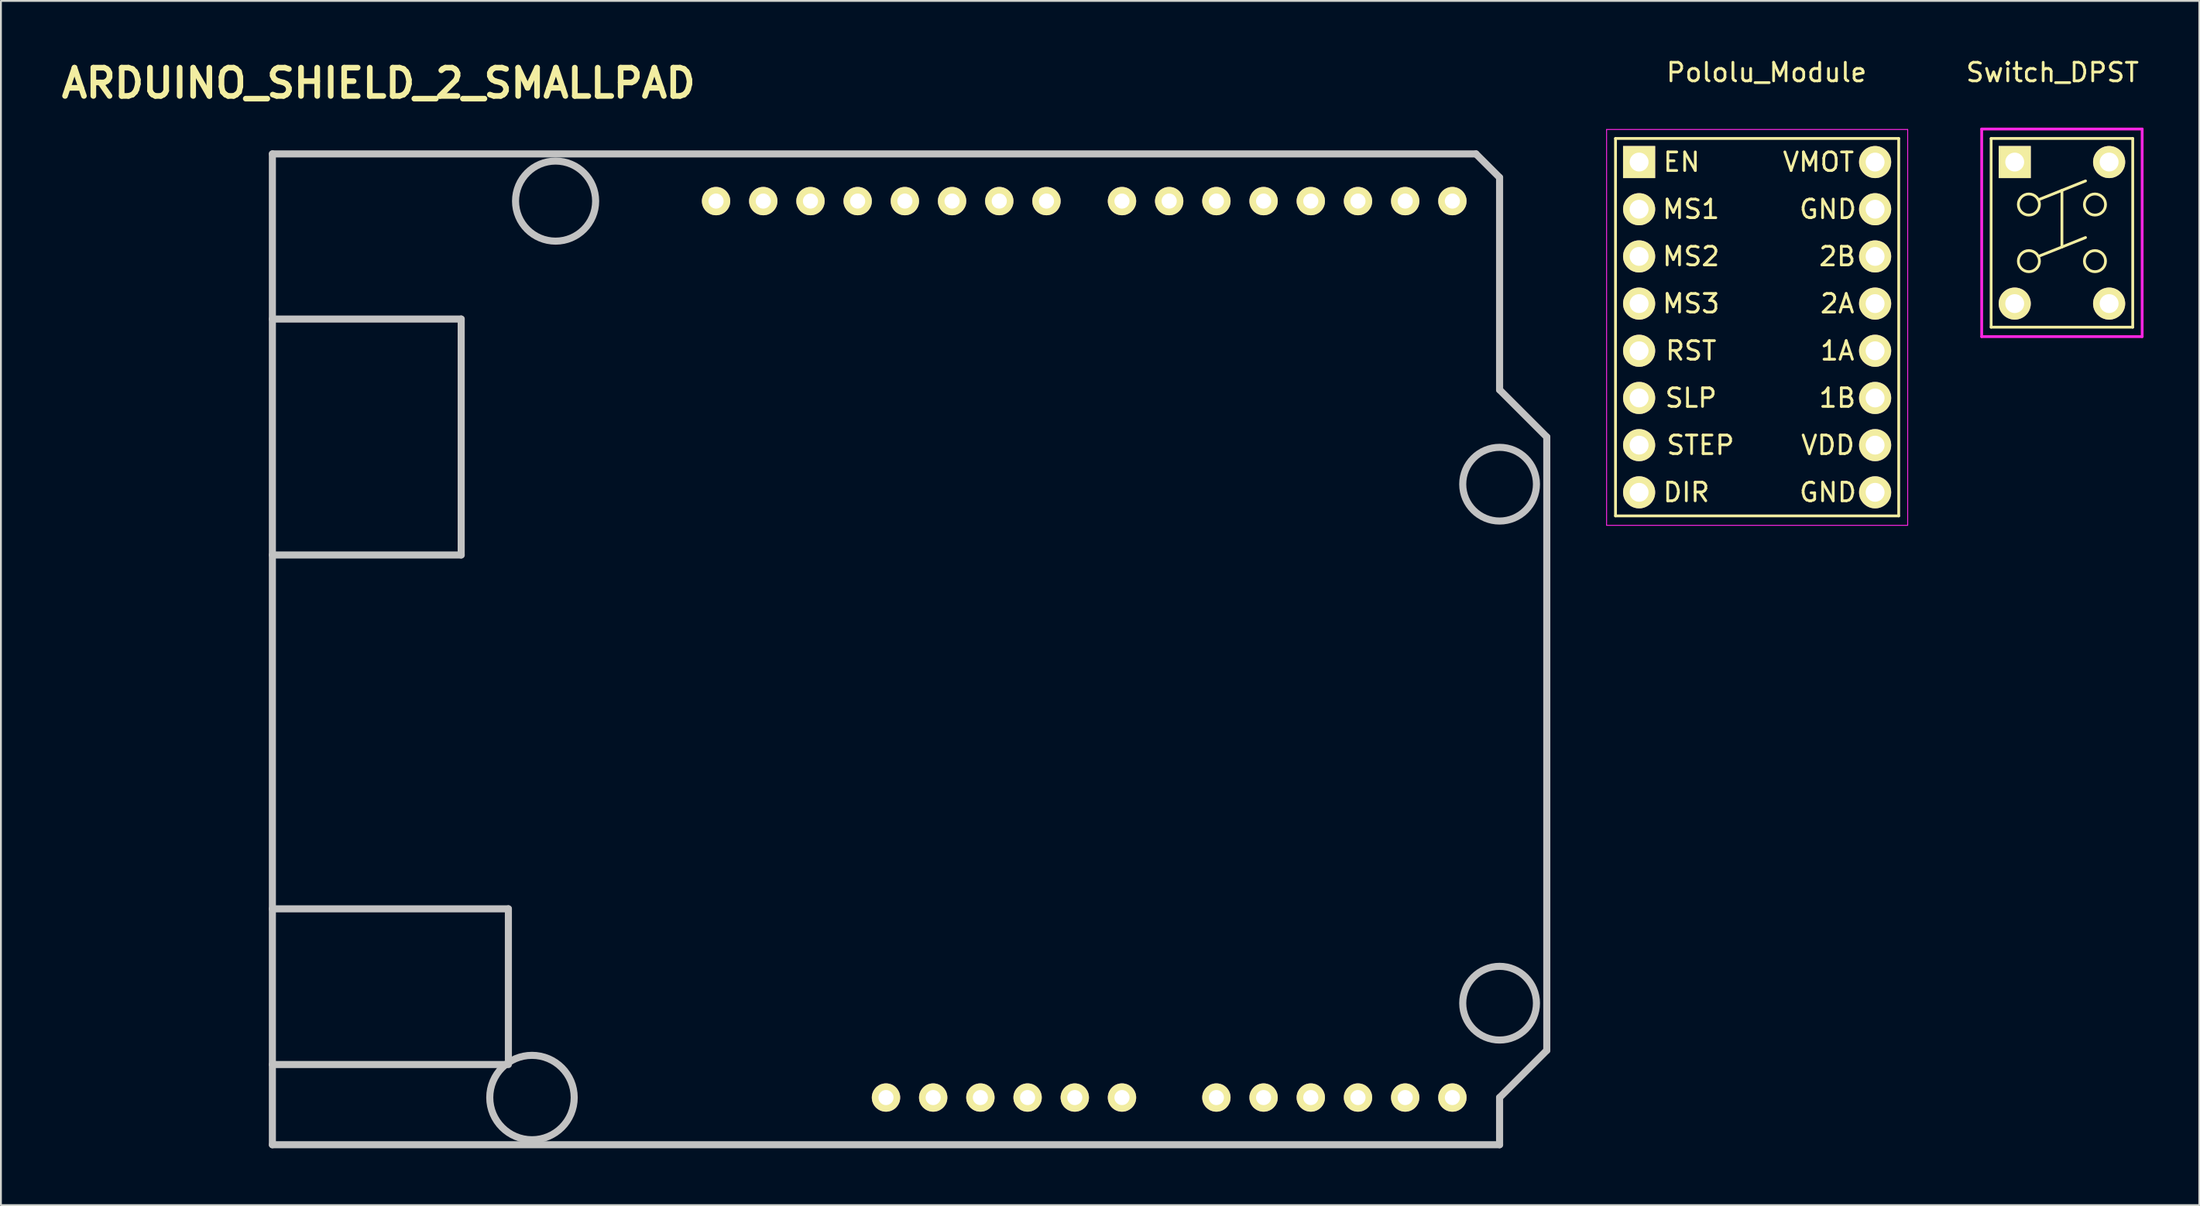
<source format=kicad_pcb>
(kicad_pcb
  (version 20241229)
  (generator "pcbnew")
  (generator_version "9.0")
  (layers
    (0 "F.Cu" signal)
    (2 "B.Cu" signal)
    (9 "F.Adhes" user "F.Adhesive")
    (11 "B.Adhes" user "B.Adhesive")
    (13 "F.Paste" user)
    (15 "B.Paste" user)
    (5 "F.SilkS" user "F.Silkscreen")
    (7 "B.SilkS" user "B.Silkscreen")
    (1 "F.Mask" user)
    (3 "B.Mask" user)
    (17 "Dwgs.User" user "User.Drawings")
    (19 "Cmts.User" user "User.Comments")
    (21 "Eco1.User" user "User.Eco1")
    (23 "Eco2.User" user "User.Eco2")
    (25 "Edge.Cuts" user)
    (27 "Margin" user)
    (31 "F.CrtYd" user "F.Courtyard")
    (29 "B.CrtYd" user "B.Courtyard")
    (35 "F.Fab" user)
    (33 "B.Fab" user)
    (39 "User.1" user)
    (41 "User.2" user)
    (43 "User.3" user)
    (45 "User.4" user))
  (footprint "Pololu_Module"
    (layer "F.Cu")
    (at 85.156 5.674)
    (property "Reference" "Pololu_Module" (at 6.858 -4.826 0) (layer "F.SilkS") (effects (font (size 1 1) (thickness 0.15))))
    (attr through_hole)
    (fp_line (start -1.27 -1.27) (end -1.27 19.05) (stroke (width 0.15) (type solid)) (layer "F.SilkS"))
    (fp_line (start -1.27 19.05) (end 13.97 19.05) (stroke (width 0.15) (type solid)) (layer "F.SilkS"))
    (fp_line (start 13.97 -1.27) (end -1.27 -1.27) (stroke (width 0.15) (type solid)) (layer "F.SilkS"))
    (fp_line (start 13.97 19.05) (end 13.97 -1.27) (stroke (width 0.15) (type solid)) (layer "F.SilkS"))
    (fp_line (start -1.753 -1.753) (end 14.453 -1.753) (stroke (width 0.05) (type solid)) (layer "F.CrtYd"))
    (fp_line (start -1.75 -1.75) (end -1.75 19.55) (stroke (width 0.05) (type solid)) (layer "F.CrtYd"))
    (fp_line (start -1.75 19.558) (end 14.453 19.558) (stroke (width 0.05) (type solid)) (layer "F.CrtYd"))
    (fp_line (start 14.453 -1.753) (end 14.453 19.55) (stroke (width 0.05) (type solid)) (layer "F.CrtYd"))
    (fp_text user "VMOT" (at 9.652 0 0) (layer "F.SilkS") (effects (font (size 1 1) (thickness 0.15))))
    (fp_text user "DIR" (at 2.54 17.78 0) (layer "F.SilkS") (effects (font (size 1 1) (thickness 0.15))))
    (fp_text user "MS3" (at 2.794 7.62 0) (layer "F.SilkS") (effects (font (size 1 1) (thickness 0.15))))
    (fp_text user "1B" (at 10.668 12.7 0) (layer "F.SilkS") (effects (font (size 1 1) (thickness 0.15))))
    (fp_text user "MS1" (at 2.794 2.54 0) (layer "F.SilkS") (effects (font (size 1 1) (thickness 0.15))))
    (fp_text user "STEP" (at 3.302 15.24 0) (layer "F.SilkS") (effects (font (size 1 1) (thickness 0.15))))
    (fp_text user "EN" (at 2.286 0 0) (layer "F.SilkS") (effects (font (size 1 1) (thickness 0.15))))
    (fp_text user "VDD" (at 10.16 15.24 0) (layer "F.SilkS") (effects (font (size 1 1) (thickness 0.15))))
    (fp_text user "1A" (at 10.668 10.16 0) (layer "F.SilkS") (effects (font (size 1 1) (thickness 0.15))))
    (fp_text user "2B" (at 10.668 5.08 0) (layer "F.SilkS") (effects (font (size 1 1) (thickness 0.15))))
    (fp_text user "GND" (at 10.16 2.54 0) (layer "F.SilkS") (effects (font (size 1 1) (thickness 0.15))))
    (fp_text user "SLP" (at 2.794 12.7 0) (layer "F.SilkS") (effects (font (size 1 1) (thickness 0.15))))
    (fp_text user "RST" (at 2.794 10.16 0) (layer "F.SilkS") (effects (font (size 1 1) (thickness 0.15))))
    (fp_text user "MS2" (at 2.794 5.08 0) (layer "F.SilkS") (effects (font (size 1 1) (thickness 0.15))))
    (fp_text user "2A" (at 10.668 7.62 0) (layer "F.SilkS") (effects (font (size 1 1) (thickness 0.15))))
    (fp_text user "GND" (at 10.16 17.78 0) (layer "F.SilkS") (effects (font (size 1 1) (thickness 0.15))))
    (pad "1" thru_hole rect (at 0 0) (size 1.727 1.727) (drill 1.016) (layers "*.Cu" "*.Mask" "F.SilkS"))
    (pad "2" thru_hole oval (at 0 2.54) (size 1.727 1.727) (drill 1.016) (layers "*.Cu" "*.Mask" "F.SilkS"))
    (pad "3" thru_hole oval (at 0 5.08) (size 1.727 1.727) (drill 1.016) (layers "*.Cu" "*.Mask" "F.SilkS"))
    (pad "4" thru_hole oval (at 0 7.62) (size 1.727 1.727) (drill 1.016) (layers "*.Cu" "*.Mask" "F.SilkS"))
    (pad "5" thru_hole oval (at 0 10.16) (size 1.727 1.727) (drill 1.016) (layers "*.Cu" "*.Mask" "F.SilkS"))
    (pad "6" thru_hole oval (at 0 12.7) (size 1.727 1.727) (drill 1.016) (layers "*.Cu" "*.Mask" "F.SilkS"))
    (pad "7" thru_hole oval (at 0 15.24) (size 1.727 1.727) (drill 1.016) (layers "*.Cu" "*.Mask" "F.SilkS"))
    (pad "8" thru_hole oval (at 0 17.78) (size 1.727 1.727) (drill 1.016) (layers "*.Cu" "*.Mask" "F.SilkS"))
    (pad "9" thru_hole oval (at 12.7 17.78) (size 1.727 1.727) (drill 1.016) (layers "*.Cu" "*.Mask" "F.SilkS"))
    (pad "10" thru_hole oval (at 12.7 15.24) (size 1.727 1.727) (drill 1.016) (layers "*.Cu" "*.Mask" "F.SilkS"))
    (pad "11" thru_hole oval (at 12.7 12.7) (size 1.727 1.727) (drill 1.016) (layers "*.Cu" "*.Mask" "F.SilkS"))
    (pad "12" thru_hole oval (at 12.7 10.16) (size 1.727 1.727) (drill 1.016) (layers "*.Cu" "*.Mask" "F.SilkS"))
    (pad "13" thru_hole oval (at 12.7 7.62) (size 1.727 1.727) (drill 1.016) (layers "*.Cu" "*.Mask" "F.SilkS"))
    (pad "14" thru_hole oval (at 12.7 5.08) (size 1.727 1.727) (drill 1.016) (layers "*.Cu" "*.Mask" "F.SilkS"))
    (pad "15" thru_hole oval (at 12.7 2.54) (size 1.727 1.727) (drill 1.016) (layers "*.Cu" "*.Mask" "F.SilkS"))
    (pad "16" thru_hole oval (at 12.7 0) (size 1.727 1.727) (drill 1.016) (layers "*.Cu" "*.Mask" "F.SilkS")))
  (footprint "ARDUINO_SHIELD_2_SMALLPAD"
    (layer "F.Cu")
    (at 11.608 58.576)
    (property "Reference" "ARDUINO_SHIELD_2_SMALLPAD" (at 5.715 -57.15 0) (layer "F.SilkS") (effects (font (size 1.524 1.524) (thickness 0.305))))
    (attr through_hole)
    (fp_line (start 0 -44.45) (end 10.16 -44.45) (stroke (width 0.381) (type solid)) (layer "Dwgs.User"))
    (fp_line (start 0 -12.7) (end 12.7 -12.7) (stroke (width 0.381) (type solid)) (layer "Dwgs.User"))
    (fp_line (start 0 0) (end 0 -53.34) (stroke (width 0.381) (type solid)) (layer "Dwgs.User"))
    (fp_line (start 10.16 -44.45) (end 10.16 -31.75) (stroke (width 0.381) (type solid)) (layer "Dwgs.User"))
    (fp_line (start 10.16 -31.75) (end 0 -31.75) (stroke (width 0.381) (type solid)) (layer "Dwgs.User"))
    (fp_line (start 12.7 -12.7) (end 12.7 -4.572) (stroke (width 0.381) (type solid)) (layer "Dwgs.User"))
    (fp_line (start 12.7 -4.318) (end 0 -4.318) (stroke (width 0.381) (type solid)) (layer "Dwgs.User"))
    (fp_line (start 64.77 -53.34) (end 0 -53.34) (stroke (width 0.381) (type solid)) (layer "Dwgs.User"))
    (fp_line (start 66.04 -52.07) (end 64.77 -53.34) (stroke (width 0.381) (type solid)) (layer "Dwgs.User"))
    (fp_line (start 66.04 -40.64) (end 66.04 -52.07) (stroke (width 0.381) (type solid)) (layer "Dwgs.User"))
    (fp_line (start 66.04 -40.64) (end 68.58 -38.1) (stroke (width 0.381) (type solid)) (layer "Dwgs.User"))
    (fp_line (start 66.04 -2.54) (end 66.04 0) (stroke (width 0.381) (type solid)) (layer "Dwgs.User"))
    (fp_line (start 66.04 0) (end 0 0) (stroke (width 0.381) (type solid)) (layer "Dwgs.User"))
    (fp_line (start 68.58 -38.1) (end 68.58 -5.08) (stroke (width 0.381) (type solid)) (layer "Dwgs.User"))
    (fp_line (start 68.58 -5.08) (end 66.04 -2.54) (stroke (width 0.381) (type solid)) (layer "Dwgs.User"))
    (fp_circle (center 13.97 -2.54) (end 16.002 -1.524) (stroke (width 0.381) (type solid)) (fill no) (layer "Dwgs.User"))
    (fp_circle (center 15.24 -50.8) (end 16.764 -49.276) (stroke (width 0.381) (type solid)) (fill no) (layer "Dwgs.User"))
    (fp_circle (center 66.04 -35.56) (end 67.31 -34.036) (stroke (width 0.381) (type solid)) (fill no) (layer "Dwgs.User"))
    (fp_circle (center 66.04 -7.62) (end 67.31 -6.096) (stroke (width 0.381) (type solid)) (fill no) (layer "Dwgs.User"))
    (pad "0" thru_hole circle (at 63.5 -50.8 90) (size 1.524 1.524) (drill 0.813) (layers "*.Cu" "*.Mask" "F.SilkS"))
    (pad "1" thru_hole circle (at 60.96 -50.8 90) (size 1.524 1.524) (drill 0.813) (layers "*.Cu" "*.Mask" "F.SilkS"))
    (pad "2" thru_hole circle (at 58.42 -50.8 90) (size 1.524 1.524) (drill 0.813) (layers "*.Cu" "*.Mask" "F.SilkS"))
    (pad "3" thru_hole circle (at 55.88 -50.8 90) (size 1.524 1.524) (drill 0.813) (layers "*.Cu" "*.Mask" "F.SilkS"))
    (pad "3V3" thru_hole circle (at 35.56 -2.54 90) (size 1.524 1.524) (drill 0.813) (layers "*.Cu" "*.Mask" "F.SilkS"))
    (pad "4" thru_hole circle (at 53.34 -50.8 90) (size 1.524 1.524) (drill 0.813) (layers "*.Cu" "*.Mask" "F.SilkS"))
    (pad "5" thru_hole circle (at 50.8 -50.8 90) (size 1.524 1.524) (drill 0.813) (layers "*.Cu" "*.Mask" "F.SilkS"))
    (pad "5V" thru_hole circle (at 38.1 -2.54 90) (size 1.524 1.524) (drill 0.813) (layers "*.Cu" "*.Mask" "F.SilkS"))
    (pad "6" thru_hole circle (at 48.26 -50.8 90) (size 1.524 1.524) (drill 0.813) (layers "*.Cu" "*.Mask" "F.SilkS"))
    (pad "7" thru_hole circle (at 45.72 -50.8 90) (size 1.524 1.524) (drill 0.813) (layers "*.Cu" "*.Mask" "F.SilkS"))
    (pad "8" thru_hole circle (at 41.656 -50.8 90) (size 1.524 1.524) (drill 0.813) (layers "*.Cu" "*.Mask" "F.SilkS"))
    (pad "9" thru_hole circle (at 39.116 -50.8 90) (size 1.524 1.524) (drill 0.813) (layers "*.Cu" "*.Mask" "F.SilkS"))
    (pad "10" thru_hole circle (at 36.576 -50.8 90) (size 1.524 1.524) (drill 0.813) (layers "*.Cu" "*.Mask" "F.SilkS"))
    (pad "11" thru_hole circle (at 34.036 -50.8 90) (size 1.524 1.524) (drill 0.813) (layers "*.Cu" "*.Mask" "F.SilkS"))
    (pad "12" thru_hole circle (at 31.496 -50.8 90) (size 1.524 1.524) (drill 0.813) (layers "*.Cu" "*.Mask" "F.SilkS"))
    (pad "13" thru_hole circle (at 28.956 -50.8 90) (size 1.524 1.524) (drill 0.813) (layers "*.Cu" "*.Mask" "F.SilkS"))
    (pad "AD0" thru_hole circle (at 50.8 -2.54 90) (size 1.524 1.524) (drill 0.813) (layers "*.Cu" "*.Mask" "F.SilkS"))
    (pad "AD1" thru_hole circle (at 53.34 -2.54 90) (size 1.524 1.524) (drill 0.813) (layers "*.Cu" "*.Mask" "F.SilkS"))
    (pad "AD2" thru_hole circle (at 55.88 -2.54 90) (size 1.524 1.524) (drill 0.813) (layers "*.Cu" "*.Mask" "F.SilkS"))
    (pad "AD3" thru_hole circle (at 58.42 -2.54 90) (size 1.524 1.524) (drill 0.813) (layers "*.Cu" "*.Mask" "F.SilkS"))
    (pad "AD4" thru_hole circle (at 60.96 -2.54 90) (size 1.524 1.524) (drill 0.813) (layers "*.Cu" "*.Mask" "F.SilkS"))
    (pad "AD5" thru_hole circle (at 63.5 -2.54 90) (size 1.524 1.524) (drill 0.813) (layers "*.Cu" "*.Mask" "F.SilkS"))
    (pad "AREF" thru_hole circle (at 23.876 -50.8 90) (size 1.524 1.524) (drill 0.813) (layers "*.Cu" "*.Mask" "F.SilkS"))
    (pad "GND1" thru_hole circle (at 40.64 -2.54 90) (size 1.524 1.524) (drill 0.813) (layers "*.Cu" "*.Mask" "F.SilkS"))
    (pad "GND2" thru_hole circle (at 43.18 -2.54 90) (size 1.524 1.524) (drill 0.813) (layers "*.Cu" "*.Mask" "F.SilkS"))
    (pad "GND3" thru_hole circle (at 26.416 -50.8 90) (size 1.524 1.524) (drill 0.813) (layers "*.Cu" "*.Mask" "F.SilkS"))
    (pad "RST" thru_hole circle (at 33.02 -2.54 90) (size 1.524 1.524) (drill 0.813) (layers "*.Cu" "*.Mask" "F.SilkS"))
    (pad "V_IN" thru_hole circle (at 45.72 -2.54 90) (size 1.524 1.524) (drill 0.813) (layers "*.Cu" "*.Mask" "F.SilkS")))
  (footprint "Switch_DPST"
    (layer "F.Cu")
    (at 105.369 5.674)
    (property "Reference" "Switch_DPST" (at 2.032 -4.826 0) (layer "F.SilkS") (effects (font (size 1 1) (thickness 0.15))))
    (attr through_hole)
    (fp_line (start -1.27 -1.27) (end 6.35 -1.27) (stroke (width 0.15) (type solid)) (layer "F.SilkS"))
    (fp_line (start -1.27 8.89) (end -1.27 -1.27) (stroke (width 0.15) (type solid)) (layer "F.SilkS"))
    (fp_line (start 1.27 2.032) (end 3.81 1.016) (stroke (width 0.15) (type solid)) (layer "F.SilkS"))
    (fp_line (start 1.27 5.08) (end 3.81 4.064) (stroke (width 0.15) (type solid)) (layer "F.SilkS"))
    (fp_line (start 2.54 4.572) (end 2.54 1.524) (stroke (width 0.15) (type solid)) (layer "F.SilkS"))
    (fp_line (start 6.35 -1.27) (end 6.35 8.89) (stroke (width 0.15) (type solid)) (layer "F.SilkS"))
    (fp_line (start 6.35 8.89) (end -1.27 8.89) (stroke (width 0.15) (type solid)) (layer "F.SilkS"))
    (fp_circle (center 0.762 2.286) (end 1.016 1.778) (stroke (width 0.15) (type solid)) (fill no) (layer "F.SilkS"))
    (fp_circle (center 0.762 5.334) (end 1.27 5.08) (stroke (width 0.15) (type solid)) (fill no) (layer "F.SilkS"))
    (fp_circle (center 4.318 2.286) (end 4.064 1.778) (stroke (width 0.15) (type solid)) (fill no) (layer "F.SilkS"))
    (fp_circle (center 4.318 5.334) (end 4.572 4.826) (stroke (width 0.15) (type solid)) (fill no) (layer "F.SilkS"))
    (fp_line (start -1.778 -1.778) (end -1.778 9.398) (stroke (width 0.15) (type solid)) (layer "F.CrtYd"))
    (fp_line (start -1.778 9.398) (end 6.858 9.398) (stroke (width 0.15) (type solid)) (layer "F.CrtYd"))
    (fp_line (start 6.858 -1.778) (end -1.778 -1.778) (stroke (width 0.15) (type solid)) (layer "F.CrtYd"))
    (fp_line (start 6.858 9.398) (end 6.858 -1.778) (stroke (width 0.15) (type solid)) (layer "F.CrtYd"))
    (pad "1" thru_hole oval (at 0 7.62) (size 1.727 1.727) (drill 1.016) (layers "*.Cu" "*.Mask" "F.SilkS"))
    (pad "2" thru_hole oval (at 5.08 7.62) (size 1.727 1.727) (drill 1.016) (layers "*.Cu" "*.Mask" "F.SilkS"))
    (pad "3" thru_hole rect (at 0 0) (size 1.727 1.727) (drill 1.016) (layers "*.Cu" "*.Mask" "F.SilkS"))
    (pad "4" thru_hole oval (at 5.08 0) (size 1.727 1.727) (drill 1.016) (layers "*.Cu" "*.Mask" "F.SilkS")))
  (gr_rect
    (start -3 -3)
    (end 115.302 61.826)
    (stroke (width 0.1) (type default))
    (fill no)
    (layer "Edge.Cuts")))
</source>
